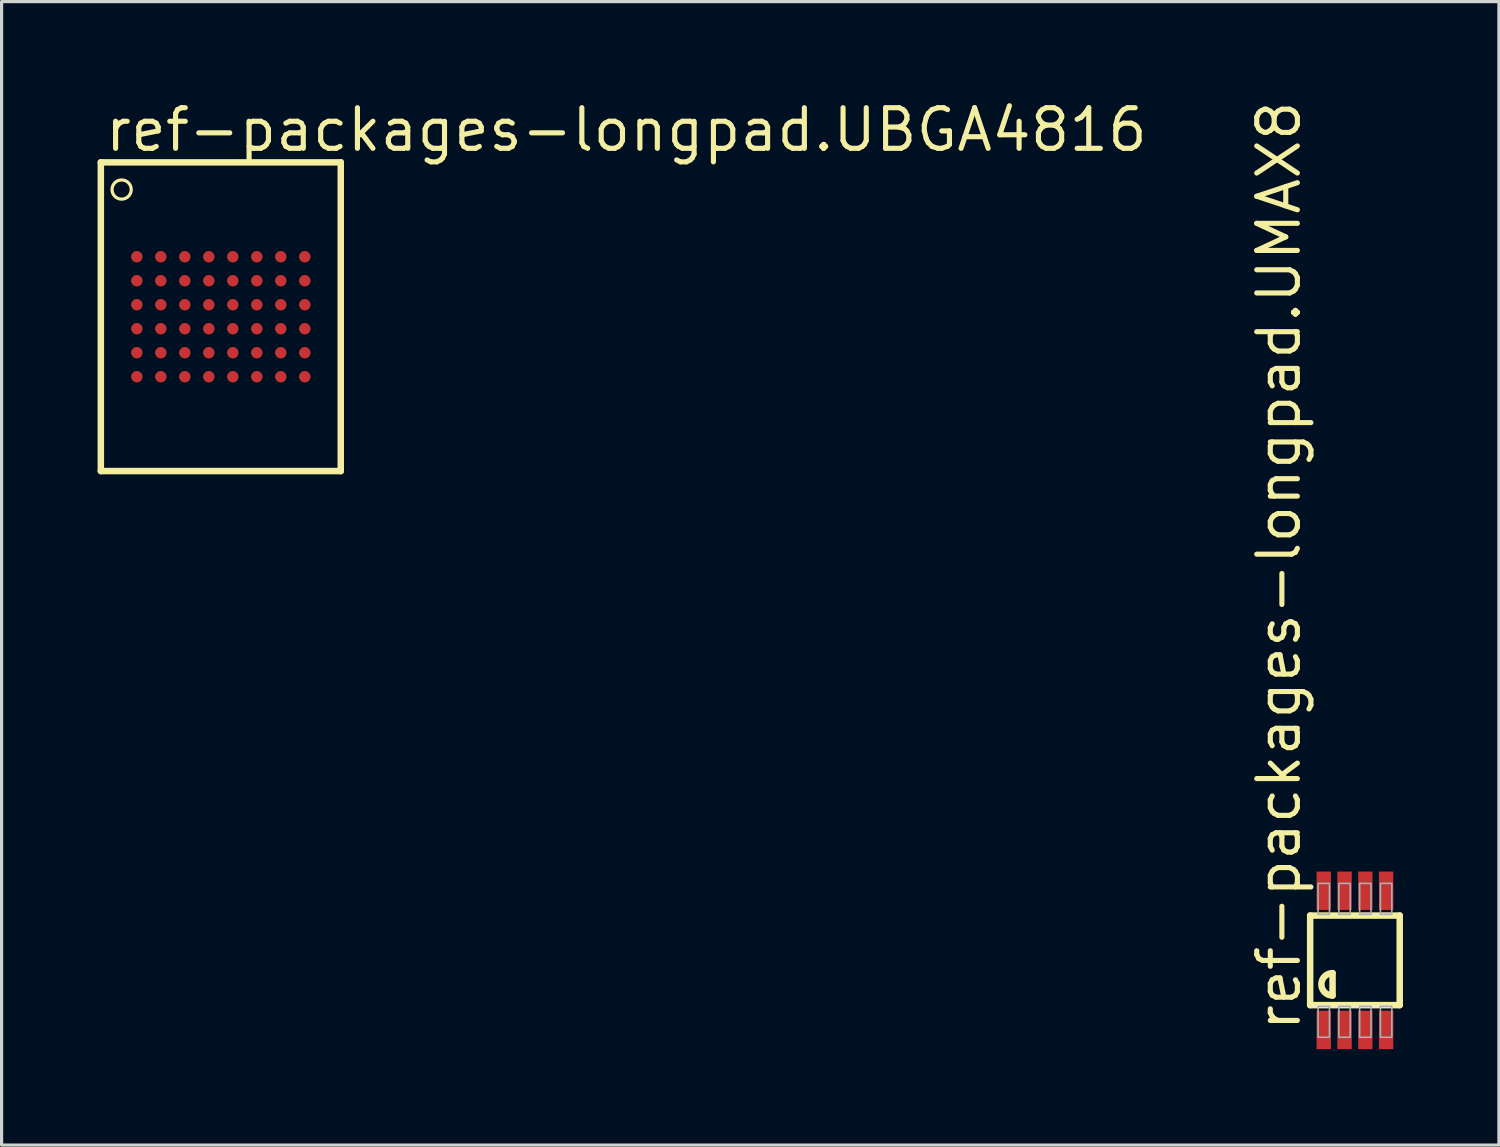
<source format=kicad_pcb>
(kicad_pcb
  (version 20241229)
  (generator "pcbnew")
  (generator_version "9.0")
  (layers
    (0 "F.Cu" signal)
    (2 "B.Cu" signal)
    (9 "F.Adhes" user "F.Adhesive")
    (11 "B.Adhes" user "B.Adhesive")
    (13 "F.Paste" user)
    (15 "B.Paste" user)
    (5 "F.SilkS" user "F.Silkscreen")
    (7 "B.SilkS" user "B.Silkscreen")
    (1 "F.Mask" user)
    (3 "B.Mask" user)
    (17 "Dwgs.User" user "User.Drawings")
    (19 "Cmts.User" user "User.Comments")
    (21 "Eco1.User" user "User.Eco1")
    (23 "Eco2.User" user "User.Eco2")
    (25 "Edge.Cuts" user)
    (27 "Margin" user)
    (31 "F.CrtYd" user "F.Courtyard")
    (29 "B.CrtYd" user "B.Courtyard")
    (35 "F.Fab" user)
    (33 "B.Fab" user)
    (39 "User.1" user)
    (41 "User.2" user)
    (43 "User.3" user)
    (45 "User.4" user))
  (footprint "ref-packages-longpad.UMAX8"
    (layer "F.Cu")
    (at 39.304 26.969)
    (property "Reference" "ref-packages-longpad.UMAX8" (at -1.636 2.286 90) (layer "F.SilkS") (effects (font (size 1.27 1.27) (thickness 0.16)) (justify left bottom)))
    (attr smd)
    (fp_line (start -1.4 -1.4) (end 1.4 -1.4) (stroke (width 0.203) (type default)) (layer "F.SilkS"))
    (fp_line (start -1.4 1.4) (end -1.4 -1.4) (stroke (width 0.203) (type default)) (layer "F.SilkS"))
    (fp_line (start -0.7 0.4) (end -0.7 1.1) (stroke (width 0.203) (type default)) (layer "F.SilkS"))
    (fp_line (start 1.4 -1.4) (end 1.4 1.4) (stroke (width 0.203) (type default)) (layer "F.SilkS"))
    (fp_line (start 1.4 1.4) (end -1.4 1.4) (stroke (width 0.203) (type default)) (layer "F.SilkS"))
    (fp_arc (start -0.7 1.1) (mid -1.05 0.75) (end -0.7 0.4) (stroke (width 0.2032) (type default)) (layer "F.SilkS"))
    (fp_rect (start -1.153 -1.438) (end -0.797 -2.404) (stroke (width 0.05) (type default)) (fill no) (layer "F.Fab"))
    (fp_rect (start -1.153 2.404) (end -0.797 1.438) (stroke (width 0.05) (type default)) (fill no) (layer "F.Fab"))
    (fp_rect (start -0.503 -1.438) (end -0.147 -2.404) (stroke (width 0.05) (type default)) (fill no) (layer "F.Fab"))
    (fp_rect (start -0.503 2.404) (end -0.147 1.438) (stroke (width 0.05) (type default)) (fill no) (layer "F.Fab"))
    (fp_rect (start 0.147 -1.438) (end 0.503 -2.404) (stroke (width 0.05) (type default)) (fill no) (layer "F.Fab"))
    (fp_rect (start 0.147 2.404) (end 0.503 1.438) (stroke (width 0.05) (type default)) (fill no) (layer "F.Fab"))
    (fp_rect (start 0.797 -1.438) (end 1.153 -2.404) (stroke (width 0.05) (type default)) (fill no) (layer "F.Fab"))
    (fp_rect (start 0.797 2.404) (end 1.153 1.438) (stroke (width 0.05) (type default)) (fill no) (layer "F.Fab"))
    (pad "1" smd roundrect (at -0.975 2.175) (size 0.45 1.2) (layers "F.Cu" "F.Mask" "F.Paste") (roundrect_rratio 0.01))
    (pad "2" smd roundrect (at -0.325 2.175) (size 0.45 1.2) (layers "F.Cu" "F.Mask" "F.Paste") (roundrect_rratio 0.01))
    (pad "3" smd roundrect (at 0.325 2.175) (size 0.45 1.2) (layers "F.Cu" "F.Mask" "F.Paste") (roundrect_rratio 0.01))
    (pad "4" smd roundrect (at 0.975 2.175) (size 0.45 1.2) (layers "F.Cu" "F.Mask" "F.Paste") (roundrect_rratio 0.01))
    (pad "5" smd roundrect (at 0.975 -2.175) (size 0.45 1.2) (layers "F.Cu" "F.Mask" "F.Paste") (roundrect_rratio 0.01))
    (pad "6" smd roundrect (at 0.325 -2.175) (size 0.45 1.2) (layers "F.Cu" "F.Mask" "F.Paste") (roundrect_rratio 0.01))
    (pad "7" smd roundrect (at -0.325 -2.175) (size 0.45 1.2) (layers "F.Cu" "F.Mask" "F.Paste") (roundrect_rratio 0.01))
    (pad "8" smd roundrect (at -0.975 -2.175) (size 0.45 1.2) (layers "F.Cu" "F.Mask" "F.Paste") (roundrect_rratio 0.01)))
  (footprint "ref-packages-longpad.UBGA4816"
    (layer "F.Cu")
    (at 3.852 6.85)
    (property "Reference" "ref-packages-longpad.UBGA4816" (at -3.696 -5.1 0) (layer "F.SilkS") (effects (font (size 1.27 1.27) (thickness 0.16)) (justify left bottom)))
    (attr smd)
    (fp_line (start -3.75 -4.825) (end -3.75 4.825) (stroke (width 0.203) (type default)) (layer "F.SilkS"))
    (fp_line (start -3.75 4.825) (end 3.75 4.825) (stroke (width 0.203) (type default)) (layer "F.SilkS"))
    (fp_line (start 3.75 -4.825) (end -3.75 -4.825) (stroke (width 0.203) (type default)) (layer "F.SilkS"))
    (fp_line (start 3.75 4.825) (end 3.75 -4.825) (stroke (width 0.203) (type default)) (layer "F.SilkS"))
    (fp_circle (center -3.1 -3.975) (end -2.8 -3.975) (stroke (width 0.1) (type default)) (fill no) (layer "F.SilkS"))
    (pad "A1" smd roundrect (at -2.625 -1.875) (size 0.36 0.36) (layers "F.Cu" "F.Mask" "F.Paste") (roundrect_rratio 0.5))
    (pad "A2" smd roundrect (at -1.875 -1.875) (size 0.36 0.36) (layers "F.Cu" "F.Mask" "F.Paste") (roundrect_rratio 0.5))
    (pad "A3" smd roundrect (at -1.125 -1.875) (size 0.36 0.36) (layers "F.Cu" "F.Mask" "F.Paste") (roundrect_rratio 0.5))
    (pad "A4" smd roundrect (at -0.375 -1.875) (size 0.36 0.36) (layers "F.Cu" "F.Mask" "F.Paste") (roundrect_rratio 0.5))
    (pad "A5" smd roundrect (at 0.375 -1.875) (size 0.36 0.36) (layers "F.Cu" "F.Mask" "F.Paste") (roundrect_rratio 0.5))
    (pad "A6" smd roundrect (at 1.125 -1.875) (size 0.36 0.36) (layers "F.Cu" "F.Mask" "F.Paste") (roundrect_rratio 0.5))
    (pad "A7" smd roundrect (at 1.875 -1.875) (size 0.36 0.36) (layers "F.Cu" "F.Mask" "F.Paste") (roundrect_rratio 0.5))
    (pad "A8" smd roundrect (at 2.625 -1.875) (size 0.36 0.36) (layers "F.Cu" "F.Mask" "F.Paste") (roundrect_rratio 0.5))
    (pad "B1" smd roundrect (at -2.625 -1.125) (size 0.36 0.36) (layers "F.Cu" "F.Mask" "F.Paste") (roundrect_rratio 0.5))
    (pad "B2" smd roundrect (at -1.875 -1.125) (size 0.36 0.36) (layers "F.Cu" "F.Mask" "F.Paste") (roundrect_rratio 0.5))
    (pad "B3" smd roundrect (at -1.125 -1.125) (size 0.36 0.36) (layers "F.Cu" "F.Mask" "F.Paste") (roundrect_rratio 0.5))
    (pad "B4" smd roundrect (at -0.375 -1.125) (size 0.36 0.36) (layers "F.Cu" "F.Mask" "F.Paste") (roundrect_rratio 0.5))
    (pad "B5" smd roundrect (at 0.375 -1.125) (size 0.36 0.36) (layers "F.Cu" "F.Mask" "F.Paste") (roundrect_rratio 0.5))
    (pad "B6" smd roundrect (at 1.125 -1.125) (size 0.36 0.36) (layers "F.Cu" "F.Mask" "F.Paste") (roundrect_rratio 0.5))
    (pad "B7" smd roundrect (at 1.875 -1.125) (size 0.36 0.36) (layers "F.Cu" "F.Mask" "F.Paste") (roundrect_rratio 0.5))
    (pad "B8" smd roundrect (at 2.625 -1.125) (size 0.36 0.36) (layers "F.Cu" "F.Mask" "F.Paste") (roundrect_rratio 0.5))
    (pad "C1" smd roundrect (at -2.625 -0.375) (size 0.36 0.36) (layers "F.Cu" "F.Mask" "F.Paste") (roundrect_rratio 0.5))
    (pad "C2" smd roundrect (at -1.875 -0.375) (size 0.36 0.36) (layers "F.Cu" "F.Mask" "F.Paste") (roundrect_rratio 0.5))
    (pad "C3" smd roundrect (at -1.125 -0.375) (size 0.36 0.36) (layers "F.Cu" "F.Mask" "F.Paste") (roundrect_rratio 0.5))
    (pad "C4" smd roundrect (at -0.375 -0.375) (size 0.36 0.36) (layers "F.Cu" "F.Mask" "F.Paste") (roundrect_rratio 0.5))
    (pad "C5" smd roundrect (at 0.375 -0.375) (size 0.36 0.36) (layers "F.Cu" "F.Mask" "F.Paste") (roundrect_rratio 0.5))
    (pad "C6" smd roundrect (at 1.125 -0.375) (size 0.36 0.36) (layers "F.Cu" "F.Mask" "F.Paste") (roundrect_rratio 0.5))
    (pad "C7" smd roundrect (at 1.875 -0.375) (size 0.36 0.36) (layers "F.Cu" "F.Mask" "F.Paste") (roundrect_rratio 0.5))
    (pad "C8" smd roundrect (at 2.625 -0.375) (size 0.36 0.36) (layers "F.Cu" "F.Mask" "F.Paste") (roundrect_rratio 0.5))
    (pad "D1" smd roundrect (at -2.625 0.375) (size 0.36 0.36) (layers "F.Cu" "F.Mask" "F.Paste") (roundrect_rratio 0.5))
    (pad "D2" smd roundrect (at -1.875 0.375) (size 0.36 0.36) (layers "F.Cu" "F.Mask" "F.Paste") (roundrect_rratio 0.5))
    (pad "D3" smd roundrect (at -1.125 0.375) (size 0.36 0.36) (layers "F.Cu" "F.Mask" "F.Paste") (roundrect_rratio 0.5))
    (pad "D4" smd roundrect (at -0.375 0.375) (size 0.36 0.36) (layers "F.Cu" "F.Mask" "F.Paste") (roundrect_rratio 0.5))
    (pad "D5" smd roundrect (at 0.375 0.375) (size 0.36 0.36) (layers "F.Cu" "F.Mask" "F.Paste") (roundrect_rratio 0.5))
    (pad "D6" smd roundrect (at 1.125 0.375) (size 0.36 0.36) (layers "F.Cu" "F.Mask" "F.Paste") (roundrect_rratio 0.5))
    (pad "D7" smd roundrect (at 1.875 0.375) (size 0.36 0.36) (layers "F.Cu" "F.Mask" "F.Paste") (roundrect_rratio 0.5))
    (pad "D8" smd roundrect (at 2.625 0.375) (size 0.36 0.36) (layers "F.Cu" "F.Mask" "F.Paste") (roundrect_rratio 0.5))
    (pad "E1" smd roundrect (at -2.625 1.125) (size 0.36 0.36) (layers "F.Cu" "F.Mask" "F.Paste") (roundrect_rratio 0.5))
    (pad "E2" smd roundrect (at -1.875 1.125) (size 0.36 0.36) (layers "F.Cu" "F.Mask" "F.Paste") (roundrect_rratio 0.5))
    (pad "E3" smd roundrect (at -1.125 1.125) (size 0.36 0.36) (layers "F.Cu" "F.Mask" "F.Paste") (roundrect_rratio 0.5))
    (pad "E4" smd roundrect (at -0.375 1.125) (size 0.36 0.36) (layers "F.Cu" "F.Mask" "F.Paste") (roundrect_rratio 0.5))
    (pad "E5" smd roundrect (at 0.375 1.125) (size 0.36 0.36) (layers "F.Cu" "F.Mask" "F.Paste") (roundrect_rratio 0.5))
    (pad "E6" smd roundrect (at 1.125 1.125) (size 0.36 0.36) (layers "F.Cu" "F.Mask" "F.Paste") (roundrect_rratio 0.5))
    (pad "E7" smd roundrect (at 1.875 1.125) (size 0.36 0.36) (layers "F.Cu" "F.Mask" "F.Paste") (roundrect_rratio 0.5))
    (pad "E8" smd roundrect (at 2.625 1.125) (size 0.36 0.36) (layers "F.Cu" "F.Mask" "F.Paste") (roundrect_rratio 0.5))
    (pad "F1" smd roundrect (at -2.625 1.875) (size 0.36 0.36) (layers "F.Cu" "F.Mask" "F.Paste") (roundrect_rratio 0.5))
    (pad "F2" smd roundrect (at -1.875 1.875) (size 0.36 0.36) (layers "F.Cu" "F.Mask" "F.Paste") (roundrect_rratio 0.5))
    (pad "F3" smd roundrect (at -1.125 1.875) (size 0.36 0.36) (layers "F.Cu" "F.Mask" "F.Paste") (roundrect_rratio 0.5))
    (pad "F4" smd roundrect (at -0.375 1.875) (size 0.36 0.36) (layers "F.Cu" "F.Mask" "F.Paste") (roundrect_rratio 0.5))
    (pad "F5" smd roundrect (at 0.375 1.875) (size 0.36 0.36) (layers "F.Cu" "F.Mask" "F.Paste") (roundrect_rratio 0.5))
    (pad "F6" smd roundrect (at 1.125 1.875) (size 0.36 0.36) (layers "F.Cu" "F.Mask" "F.Paste") (roundrect_rratio 0.5))
    (pad "F7" smd roundrect (at 1.875 1.875) (size 0.36 0.36) (layers "F.Cu" "F.Mask" "F.Paste") (roundrect_rratio 0.5))
    (pad "F8" smd roundrect (at 2.625 1.875) (size 0.36 0.36) (layers "F.Cu" "F.Mask" "F.Paste") (roundrect_rratio 0.5)))
  (gr_rect
    (start -3 -3)
    (end 43.805 32.744)
    (stroke (width 0.1) (type default))
    (fill no)
    (layer "Edge.Cuts")))
</source>
